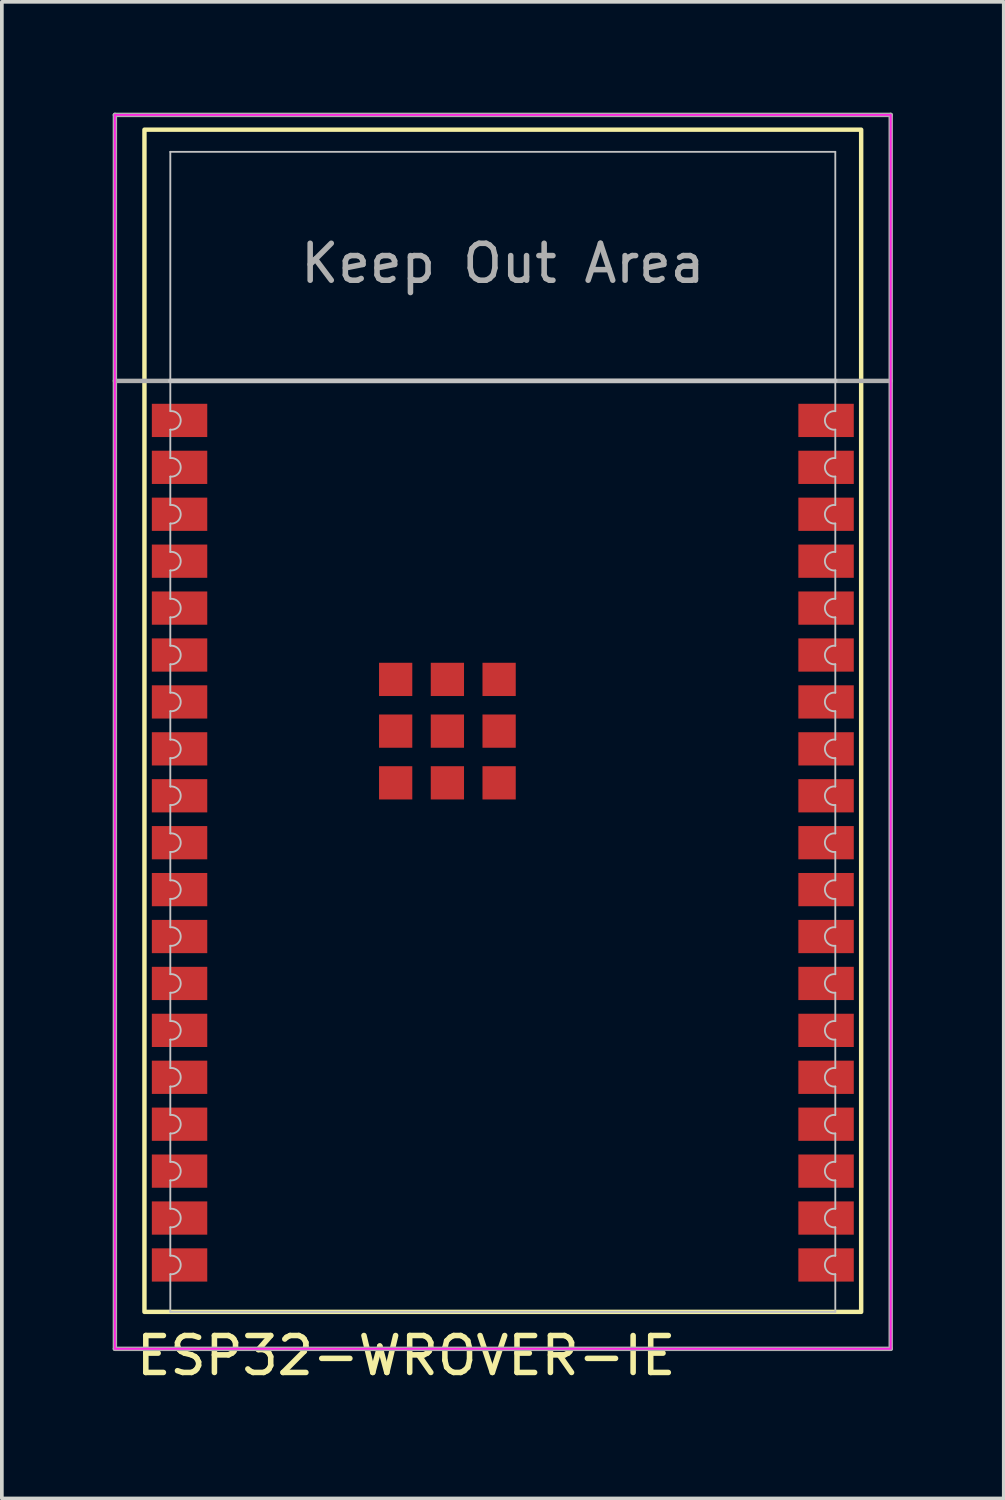
<source format=kicad_pcb>
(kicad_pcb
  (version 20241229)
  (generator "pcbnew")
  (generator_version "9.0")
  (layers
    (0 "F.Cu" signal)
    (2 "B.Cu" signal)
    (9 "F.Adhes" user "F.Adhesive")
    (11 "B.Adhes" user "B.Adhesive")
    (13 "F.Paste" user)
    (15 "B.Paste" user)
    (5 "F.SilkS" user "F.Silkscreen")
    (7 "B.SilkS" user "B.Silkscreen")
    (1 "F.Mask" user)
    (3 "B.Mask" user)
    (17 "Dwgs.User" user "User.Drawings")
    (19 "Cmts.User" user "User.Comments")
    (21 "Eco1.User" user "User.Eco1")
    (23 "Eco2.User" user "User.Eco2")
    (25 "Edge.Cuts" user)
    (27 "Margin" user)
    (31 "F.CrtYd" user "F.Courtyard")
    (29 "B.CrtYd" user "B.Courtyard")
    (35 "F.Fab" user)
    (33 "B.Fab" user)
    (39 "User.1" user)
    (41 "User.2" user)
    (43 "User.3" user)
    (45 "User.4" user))
  (footprint "ESP32-WROVER-IE"
    (layer "F.Cu")
    (at 10.56 19.76)
    (property "Reference" "ESP32-WROVER-IE" (at -10 13.3 0) (layer "F.SilkS") (effects (font (size 1 1) (thickness 0.15)) (justify left top)))
    (attr through_hole)
    (fp_rect (start -9.7 -19.3) (end 9.7 12.7) (stroke (width 0.12) (type default)) (fill no) (layer "F.SilkS"))
    (fp_line (start -9 -18.7) (end -9 -11.69) (stroke (width 0.05) (type solid)) (layer "Dwgs.User"))
    (fp_line (start -9 -11.18) (end -9 -10.41) (stroke (width 0.05) (type solid)) (layer "Dwgs.User"))
    (fp_line (start -9 -9.91) (end -9 -9.14) (stroke (width 0.05) (type solid)) (layer "Dwgs.User"))
    (fp_line (start -9 -8.64) (end -9 -7.87) (stroke (width 0.05) (type solid)) (layer "Dwgs.User"))
    (fp_line (start -9 -7.37) (end -9 -6.6) (stroke (width 0.05) (type solid)) (layer "Dwgs.User"))
    (fp_line (start -9 -6.1) (end -9 -5.33) (stroke (width 0.05) (type solid)) (layer "Dwgs.User"))
    (fp_line (start -9 -4.83) (end -9 -4.06) (stroke (width 0.05) (type solid)) (layer "Dwgs.User"))
    (fp_line (start -9 -3.56) (end -9 -2.79) (stroke (width 0.05) (type solid)) (layer "Dwgs.User"))
    (fp_line (start -9 -2.29) (end -9 -1.52) (stroke (width 0.05) (type solid)) (layer "Dwgs.User"))
    (fp_line (start -9 -1.02) (end -9 -0.25) (stroke (width 0.05) (type solid)) (layer "Dwgs.User"))
    (fp_line (start -9 0.25) (end -9 1.02) (stroke (width 0.05) (type solid)) (layer "Dwgs.User"))
    (fp_line (start -9 1.52) (end -9 2.29) (stroke (width 0.05) (type solid)) (layer "Dwgs.User"))
    (fp_line (start -9 2.79) (end -9 3.56) (stroke (width 0.05) (type solid)) (layer "Dwgs.User"))
    (fp_line (start -9 4.06) (end -9 4.83) (stroke (width 0.05) (type solid)) (layer "Dwgs.User"))
    (fp_line (start -9 5.33) (end -9 6.1) (stroke (width 0.05) (type solid)) (layer "Dwgs.User"))
    (fp_line (start -9 6.6) (end -9 7.37) (stroke (width 0.05) (type solid)) (layer "Dwgs.User"))
    (fp_line (start -9 7.87) (end -9 8.64) (stroke (width 0.05) (type solid)) (layer "Dwgs.User"))
    (fp_line (start -9 9.14) (end -9 9.91) (stroke (width 0.05) (type solid)) (layer "Dwgs.User"))
    (fp_line (start -9 10.41) (end -9 11.18) (stroke (width 0.05) (type solid)) (layer "Dwgs.User"))
    (fp_line (start -9 11.68) (end -9 12.7) (stroke (width 0.05) (type solid)) (layer "Dwgs.User"))
    (fp_line (start -9 12.7) (end 9 12.7) (stroke (width 0.05) (type solid)) (layer "Dwgs.User"))
    (fp_line (start 9 -18.7) (end -9 -18.7) (stroke (width 0.05) (type solid)) (layer "Dwgs.User"))
    (fp_line (start 9 -12.5) (end -9 -12.5) (stroke (width 0.12) (type solid)) (layer "Dwgs.User"))
    (fp_line (start 9 -11.68) (end 9 -18.7) (stroke (width 0.05) (type solid)) (layer "Dwgs.User"))
    (fp_line (start 9 -10.41) (end 9 -11.18) (stroke (width 0.05) (type solid)) (layer "Dwgs.User"))
    (fp_line (start 9 -9.14) (end 9 -9.91) (stroke (width 0.05) (type solid)) (layer "Dwgs.User"))
    (fp_line (start 9 -7.87) (end 9 -8.64) (stroke (width 0.05) (type solid)) (layer "Dwgs.User"))
    (fp_line (start 9 -6.6) (end 9 -7.37) (stroke (width 0.05) (type solid)) (layer "Dwgs.User"))
    (fp_line (start 9 -5.33) (end 9 -6.1) (stroke (width 0.05) (type solid)) (layer "Dwgs.User"))
    (fp_line (start 9 -4.06) (end 9 -4.83) (stroke (width 0.05) (type solid)) (layer "Dwgs.User"))
    (fp_line (start 9 -2.79) (end 9 -3.56) (stroke (width 0.05) (type solid)) (layer "Dwgs.User"))
    (fp_line (start 9 -1.52) (end 9 -2.29) (stroke (width 0.05) (type solid)) (layer "Dwgs.User"))
    (fp_line (start 9 -0.25) (end 9 -1.02) (stroke (width 0.05) (type solid)) (layer "Dwgs.User"))
    (fp_line (start 9 1.02) (end 9 0.25) (stroke (width 0.05) (type solid)) (layer "Dwgs.User"))
    (fp_line (start 9 2.29) (end 9 1.52) (stroke (width 0.05) (type solid)) (layer "Dwgs.User"))
    (fp_line (start 9 3.56) (end 9 2.79) (stroke (width 0.05) (type solid)) (layer "Dwgs.User"))
    (fp_line (start 9 4.83) (end 9 4.06) (stroke (width 0.05) (type solid)) (layer "Dwgs.User"))
    (fp_line (start 9 6.1) (end 9 5.33) (stroke (width 0.05) (type solid)) (layer "Dwgs.User"))
    (fp_line (start 9 7.37) (end 9 6.6) (stroke (width 0.05) (type solid)) (layer "Dwgs.User"))
    (fp_line (start 9 8.64) (end 9 7.87) (stroke (width 0.05) (type solid)) (layer "Dwgs.User"))
    (fp_line (start 9 9.91) (end 9 9.14) (stroke (width 0.05) (type solid)) (layer "Dwgs.User"))
    (fp_line (start 9 11.18) (end 9 10.41) (stroke (width 0.05) (type solid)) (layer "Dwgs.User"))
    (fp_line (start 9 12.7) (end 9 11.68) (stroke (width 0.05) (type solid)) (layer "Dwgs.User"))
    (fp_arc (start -9 -11.68) (mid -8.718206 -11.43) (end -9 -11.18) (stroke (width 0.05) (type solid)) (layer "Dwgs.User"))
    (fp_arc (start -9 -10.41) (mid -8.718206 -10.16) (end -9 -9.91) (stroke (width 0.05) (type solid)) (layer "Dwgs.User"))
    (fp_arc (start -9 -9.14) (mid -8.718206 -8.89) (end -9 -8.64) (stroke (width 0.05) (type solid)) (layer "Dwgs.User"))
    (fp_arc (start -9 -7.87) (mid -8.718206 -7.62) (end -9 -7.37) (stroke (width 0.05) (type solid)) (layer "Dwgs.User"))
    (fp_arc (start -9 -6.6) (mid -8.718206 -6.35) (end -9 -6.1) (stroke (width 0.05) (type solid)) (layer "Dwgs.User"))
    (fp_arc (start -9 -5.33) (mid -8.718206 -5.08) (end -9 -4.83) (stroke (width 0.05) (type solid)) (layer "Dwgs.User"))
    (fp_arc (start -9 -4.06) (mid -8.718206 -3.81) (end -9 -3.56) (stroke (width 0.05) (type solid)) (layer "Dwgs.User"))
    (fp_arc (start -9 -2.79) (mid -8.718206 -2.54) (end -9 -2.29) (stroke (width 0.05) (type solid)) (layer "Dwgs.User"))
    (fp_arc (start -9 -1.52) (mid -8.718206 -1.27) (end -9 -1.02) (stroke (width 0.05) (type solid)) (layer "Dwgs.User"))
    (fp_arc (start -9 -0.25) (mid -8.718206 0) (end -9 0.25) (stroke (width 0.05) (type solid)) (layer "Dwgs.User"))
    (fp_arc (start -9 1.02) (mid -8.718206 1.27) (end -9 1.52) (stroke (width 0.05) (type solid)) (layer "Dwgs.User"))
    (fp_arc (start -9 2.29) (mid -8.718206 2.54) (end -9 2.79) (stroke (width 0.05) (type solid)) (layer "Dwgs.User"))
    (fp_arc (start -9 3.56) (mid -8.718206 3.81) (end -9 4.06) (stroke (width 0.05) (type solid)) (layer "Dwgs.User"))
    (fp_arc (start -9 4.83) (mid -8.718206 5.08) (end -9 5.33) (stroke (width 0.05) (type solid)) (layer "Dwgs.User"))
    (fp_arc (start -9 6.1) (mid -8.718206 6.35) (end -9 6.6) (stroke (width 0.05) (type solid)) (layer "Dwgs.User"))
    (fp_arc (start -9 7.37) (mid -8.718206 7.62) (end -9 7.87) (stroke (width 0.05) (type solid)) (layer "Dwgs.User"))
    (fp_arc (start -9 8.64) (mid -8.718206 8.89) (end -9 9.14) (stroke (width 0.05) (type solid)) (layer "Dwgs.User"))
    (fp_arc (start -9 9.91) (mid -8.718206 10.16) (end -9 10.41) (stroke (width 0.05) (type solid)) (layer "Dwgs.User"))
    (fp_arc (start -9 11.18) (mid -8.718206 11.43) (end -9 11.68) (stroke (width 0.05) (type solid)) (layer "Dwgs.User"))
    (fp_arc (start 9 -11.18) (mid 8.718206 -11.43) (end 9 -11.68) (stroke (width 0.05) (type solid)) (layer "Dwgs.User"))
    (fp_arc (start 9 -9.91) (mid 8.718206 -10.16) (end 9 -10.41) (stroke (width 0.05) (type solid)) (layer "Dwgs.User"))
    (fp_arc (start 9 -8.64) (mid 8.718206 -8.89) (end 9 -9.14) (stroke (width 0.05) (type solid)) (layer "Dwgs.User"))
    (fp_arc (start 9 -7.37) (mid 8.718206 -7.62) (end 9 -7.87) (stroke (width 0.05) (type solid)) (layer "Dwgs.User"))
    (fp_arc (start 9 -6.1) (mid 8.718206 -6.35) (end 9 -6.6) (stroke (width 0.05) (type solid)) (layer "Dwgs.User"))
    (fp_arc (start 9 -4.83) (mid 8.718206 -5.08) (end 9 -5.33) (stroke (width 0.05) (type solid)) (layer "Dwgs.User"))
    (fp_arc (start 9 -3.56) (mid 8.718206 -3.81) (end 9 -4.06) (stroke (width 0.05) (type solid)) (layer "Dwgs.User"))
    (fp_arc (start 9 -2.29) (mid 8.718206 -2.54) (end 9 -2.79) (stroke (width 0.05) (type solid)) (layer "Dwgs.User"))
    (fp_arc (start 9 -1.02) (mid 8.718206 -1.27) (end 9 -1.52) (stroke (width 0.05) (type solid)) (layer "Dwgs.User"))
    (fp_arc (start 9 0.25) (mid 8.718206 0) (end 9 -0.25) (stroke (width 0.05) (type solid)) (layer "Dwgs.User"))
    (fp_arc (start 9 1.52) (mid 8.718206 1.27) (end 9 1.02) (stroke (width 0.05) (type solid)) (layer "Dwgs.User"))
    (fp_arc (start 9 2.79) (mid 8.718206 2.54) (end 9 2.29) (stroke (width 0.05) (type solid)) (layer "Dwgs.User"))
    (fp_arc (start 9 4.06) (mid 8.718206 3.81) (end 9 3.56) (stroke (width 0.05) (type solid)) (layer "Dwgs.User"))
    (fp_arc (start 9 5.33) (mid 8.718206 5.08) (end 9 4.83) (stroke (width 0.05) (type solid)) (layer "Dwgs.User"))
    (fp_arc (start 9 6.6) (mid 8.718206 6.35) (end 9 6.1) (stroke (width 0.05) (type solid)) (layer "Dwgs.User"))
    (fp_arc (start 9 7.87) (mid 8.718206 7.62) (end 9 7.37) (stroke (width 0.05) (type solid)) (layer "Dwgs.User"))
    (fp_arc (start 9 9.14) (mid 8.718206 8.89) (end 9 8.64) (stroke (width 0.05) (type solid)) (layer "Dwgs.User"))
    (fp_arc (start 9 10.41) (mid 8.718206 10.16) (end 9 9.91) (stroke (width 0.05) (type solid)) (layer "Dwgs.User"))
    (fp_arc (start 9 11.68) (mid 8.718206 11.43) (end 9 11.18) (stroke (width 0.05) (type solid)) (layer "Dwgs.User"))
    (fp_rect (start -10.5 -19.7) (end 10.5 13.7) (stroke (width 0.05) (type default)) (fill no) (layer "F.CrtYd"))
    (fp_line (start -10.5 -19.7) (end -10.5 13.7) (stroke (width 0.12) (type solid)) (layer "F.Fab"))
    (fp_line (start -10.5 13.7) (end 10.5 13.7) (stroke (width 0.12) (type solid)) (layer "F.Fab"))
    (fp_line (start 10.5 -19.7) (end -10.5 -19.7) (stroke (width 0.12) (type solid)) (layer "F.Fab"))
    (fp_line (start 10.5 -12.5) (end -10.5 -12.5) (stroke (width 0.12) (type solid)) (layer "F.Fab"))
    (fp_line (start 10.5 13.7) (end 10.5 -19.7) (stroke (width 0.12) (type solid)) (layer "F.Fab"))
    (fp_text user "Keep Out Area" (at 0 -15.68 0) (layer "F.Fab") (effects (font (size 1 1) (thickness 0.15))))
    (pad "1" smd rect (at -8.75 -11.43) (size 1.5 0.9) (layers "F.Cu" "F.Mask" "F.Paste"))
    (pad "2" smd rect (at -8.75 -10.16) (size 1.5 0.9) (layers "F.Cu" "F.Mask" "F.Paste"))
    (pad "3" smd rect (at -8.75 -8.89) (size 1.5 0.9) (layers "F.Cu" "F.Mask" "F.Paste"))
    (pad "4" smd rect (at -8.75 -7.62) (size 1.5 0.9) (layers "F.Cu" "F.Mask" "F.Paste"))
    (pad "5" smd rect (at -8.75 -6.35) (size 1.5 0.9) (layers "F.Cu" "F.Mask" "F.Paste"))
    (pad "6" smd rect (at -8.75 -5.08) (size 1.5 0.9) (layers "F.Cu" "F.Mask" "F.Paste"))
    (pad "7" smd rect (at -8.75 -3.81) (size 1.5 0.9) (layers "F.Cu" "F.Mask" "F.Paste"))
    (pad "8" smd rect (at -8.75 -2.54) (size 1.5 0.9) (layers "F.Cu" "F.Mask" "F.Paste"))
    (pad "9" smd rect (at -8.75 -1.27) (size 1.5 0.9) (layers "F.Cu" "F.Mask" "F.Paste"))
    (pad "10" smd rect (at -8.75 0) (size 1.5 0.9) (layers "F.Cu" "F.Mask" "F.Paste"))
    (pad "11" smd rect (at -8.75 1.27) (size 1.5 0.9) (layers "F.Cu" "F.Mask" "F.Paste"))
    (pad "12" smd rect (at -8.75 2.54) (size 1.5 0.9) (layers "F.Cu" "F.Mask" "F.Paste"))
    (pad "13" smd rect (at -8.75 3.81) (size 1.5 0.9) (layers "F.Cu" "F.Mask" "F.Paste"))
    (pad "14" smd rect (at -8.75 5.08) (size 1.5 0.9) (layers "F.Cu" "F.Mask" "F.Paste"))
    (pad "15" smd rect (at -8.75 6.35) (size 1.5 0.9) (layers "F.Cu" "F.Mask" "F.Paste"))
    (pad "16" smd rect (at -8.75 7.62) (size 1.5 0.9) (layers "F.Cu" "F.Mask" "F.Paste"))
    (pad "17" smd rect (at -8.75 8.89) (size 1.5 0.9) (layers "F.Cu" "F.Mask" "F.Paste"))
    (pad "18" smd rect (at -8.75 10.16) (size 1.5 0.9) (layers "F.Cu" "F.Mask" "F.Paste"))
    (pad "19" smd rect (at -8.75 11.43) (size 1.5 0.9) (layers "F.Cu" "F.Mask" "F.Paste"))
    (pad "20" smd rect (at 8.75 11.43) (size 1.5 0.9) (layers "F.Cu" "F.Mask" "F.Paste"))
    (pad "21" smd rect (at 8.75 10.16) (size 1.5 0.9) (layers "F.Cu" "F.Mask" "F.Paste"))
    (pad "22" smd rect (at 8.75 8.89) (size 1.5 0.9) (layers "F.Cu" "F.Mask" "F.Paste"))
    (pad "23" smd rect (at 8.75 7.62) (size 1.5 0.9) (layers "F.Cu" "F.Mask" "F.Paste"))
    (pad "24" smd rect (at 8.75 6.35) (size 1.5 0.9) (layers "F.Cu" "F.Mask" "F.Paste"))
    (pad "25" smd rect (at 8.75 5.08) (size 1.5 0.9) (layers "F.Cu" "F.Mask" "F.Paste"))
    (pad "26" smd rect (at 8.75 3.81) (size 1.5 0.9) (layers "F.Cu" "F.Mask" "F.Paste"))
    (pad "27" smd rect (at 8.75 2.54) (size 1.5 0.9) (layers "F.Cu" "F.Mask" "F.Paste"))
    (pad "28" smd rect (at 8.75 1.27) (size 1.5 0.9) (layers "F.Cu" "F.Mask" "F.Paste"))
    (pad "29" smd rect (at 8.75 0) (size 1.5 0.9) (layers "F.Cu" "F.Mask" "F.Paste"))
    (pad "30" smd rect (at 8.75 -1.27) (size 1.5 0.9) (layers "F.Cu" "F.Mask" "F.Paste"))
    (pad "31" smd rect (at 8.75 -2.54) (size 1.5 0.9) (layers "F.Cu" "F.Mask" "F.Paste"))
    (pad "32" smd rect (at 8.75 -3.81) (size 1.5 0.9) (layers "F.Cu" "F.Mask" "F.Paste"))
    (pad "33" smd rect (at 8.75 -5.08) (size 1.5 0.9) (layers "F.Cu" "F.Mask" "F.Paste"))
    (pad "34" smd rect (at 8.75 -6.35) (size 1.5 0.9) (layers "F.Cu" "F.Mask" "F.Paste"))
    (pad "35" smd rect (at 8.75 -7.62) (size 1.5 0.9) (layers "F.Cu" "F.Mask" "F.Paste"))
    (pad "36" smd rect (at 8.75 -8.89) (size 1.5 0.9) (layers "F.Cu" "F.Mask" "F.Paste"))
    (pad "37" smd rect (at 8.75 -10.16) (size 1.5 0.9) (layers "F.Cu" "F.Mask" "F.Paste"))
    (pad "38" smd rect (at 8.75 -11.43) (size 1.5 0.9) (layers "F.Cu" "F.Mask" "F.Paste"))
    (pad "39" smd rect (at -2.9 -4.42) (size 0.9 0.9) (layers "F.Cu" "F.Mask" "F.Paste"))
    (pad "39" smd rect (at -2.9 -3.02) (size 0.9 0.9) (layers "F.Cu" "F.Mask" "F.Paste"))
    (pad "39" smd rect (at -2.9 -1.62) (size 0.9 0.9) (layers "F.Cu" "F.Mask" "F.Paste"))
    (pad "39" smd rect (at -1.5 -4.42) (size 0.9 0.9) (layers "F.Cu" "F.Mask" "F.Paste"))
    (pad "39" smd rect (at -1.5 -3.02) (size 0.9 0.9) (layers "F.Cu" "F.Mask" "F.Paste"))
    (pad "39" smd rect (at -1.5 -1.62) (size 0.9 0.9) (layers "F.Cu" "F.Mask" "F.Paste"))
    (pad "39" smd rect (at -0.1 -4.42) (size 0.9 0.9) (layers "F.Cu" "F.Mask" "F.Paste"))
    (pad "39" smd rect (at -0.1 -3.02) (size 0.9 0.9) (layers "F.Cu" "F.Mask" "F.Paste"))
    (pad "39" smd rect (at -0.1 -1.62) (size 0.9 0.9) (layers "F.Cu" "F.Mask" "F.Paste"))
    (zone (net_name "") (layers "F.Cu" "B.Cu") (name "Antenna") (hatch edge 0.5) (connect_pads) (min_thickness 0.25) (filled_areas_thickness no) (keepout (tracks not_allowed) (vias not_allowed) (pads not_allowed) (copperpour not_allowed) (footprints allowed)) (placement (enabled no)) (fill) (polygon (pts (xy 0.86 0.46) (xy 20.26 0.46) (xy 20.26 7.46) (xy 0.86 7.46)))))
  (gr_rect
    (start -3 -3)
    (end 24.12 37.51)
    (stroke (width 0.1) (type default))
    (fill no)
    (layer "Edge.Cuts")))
</source>
